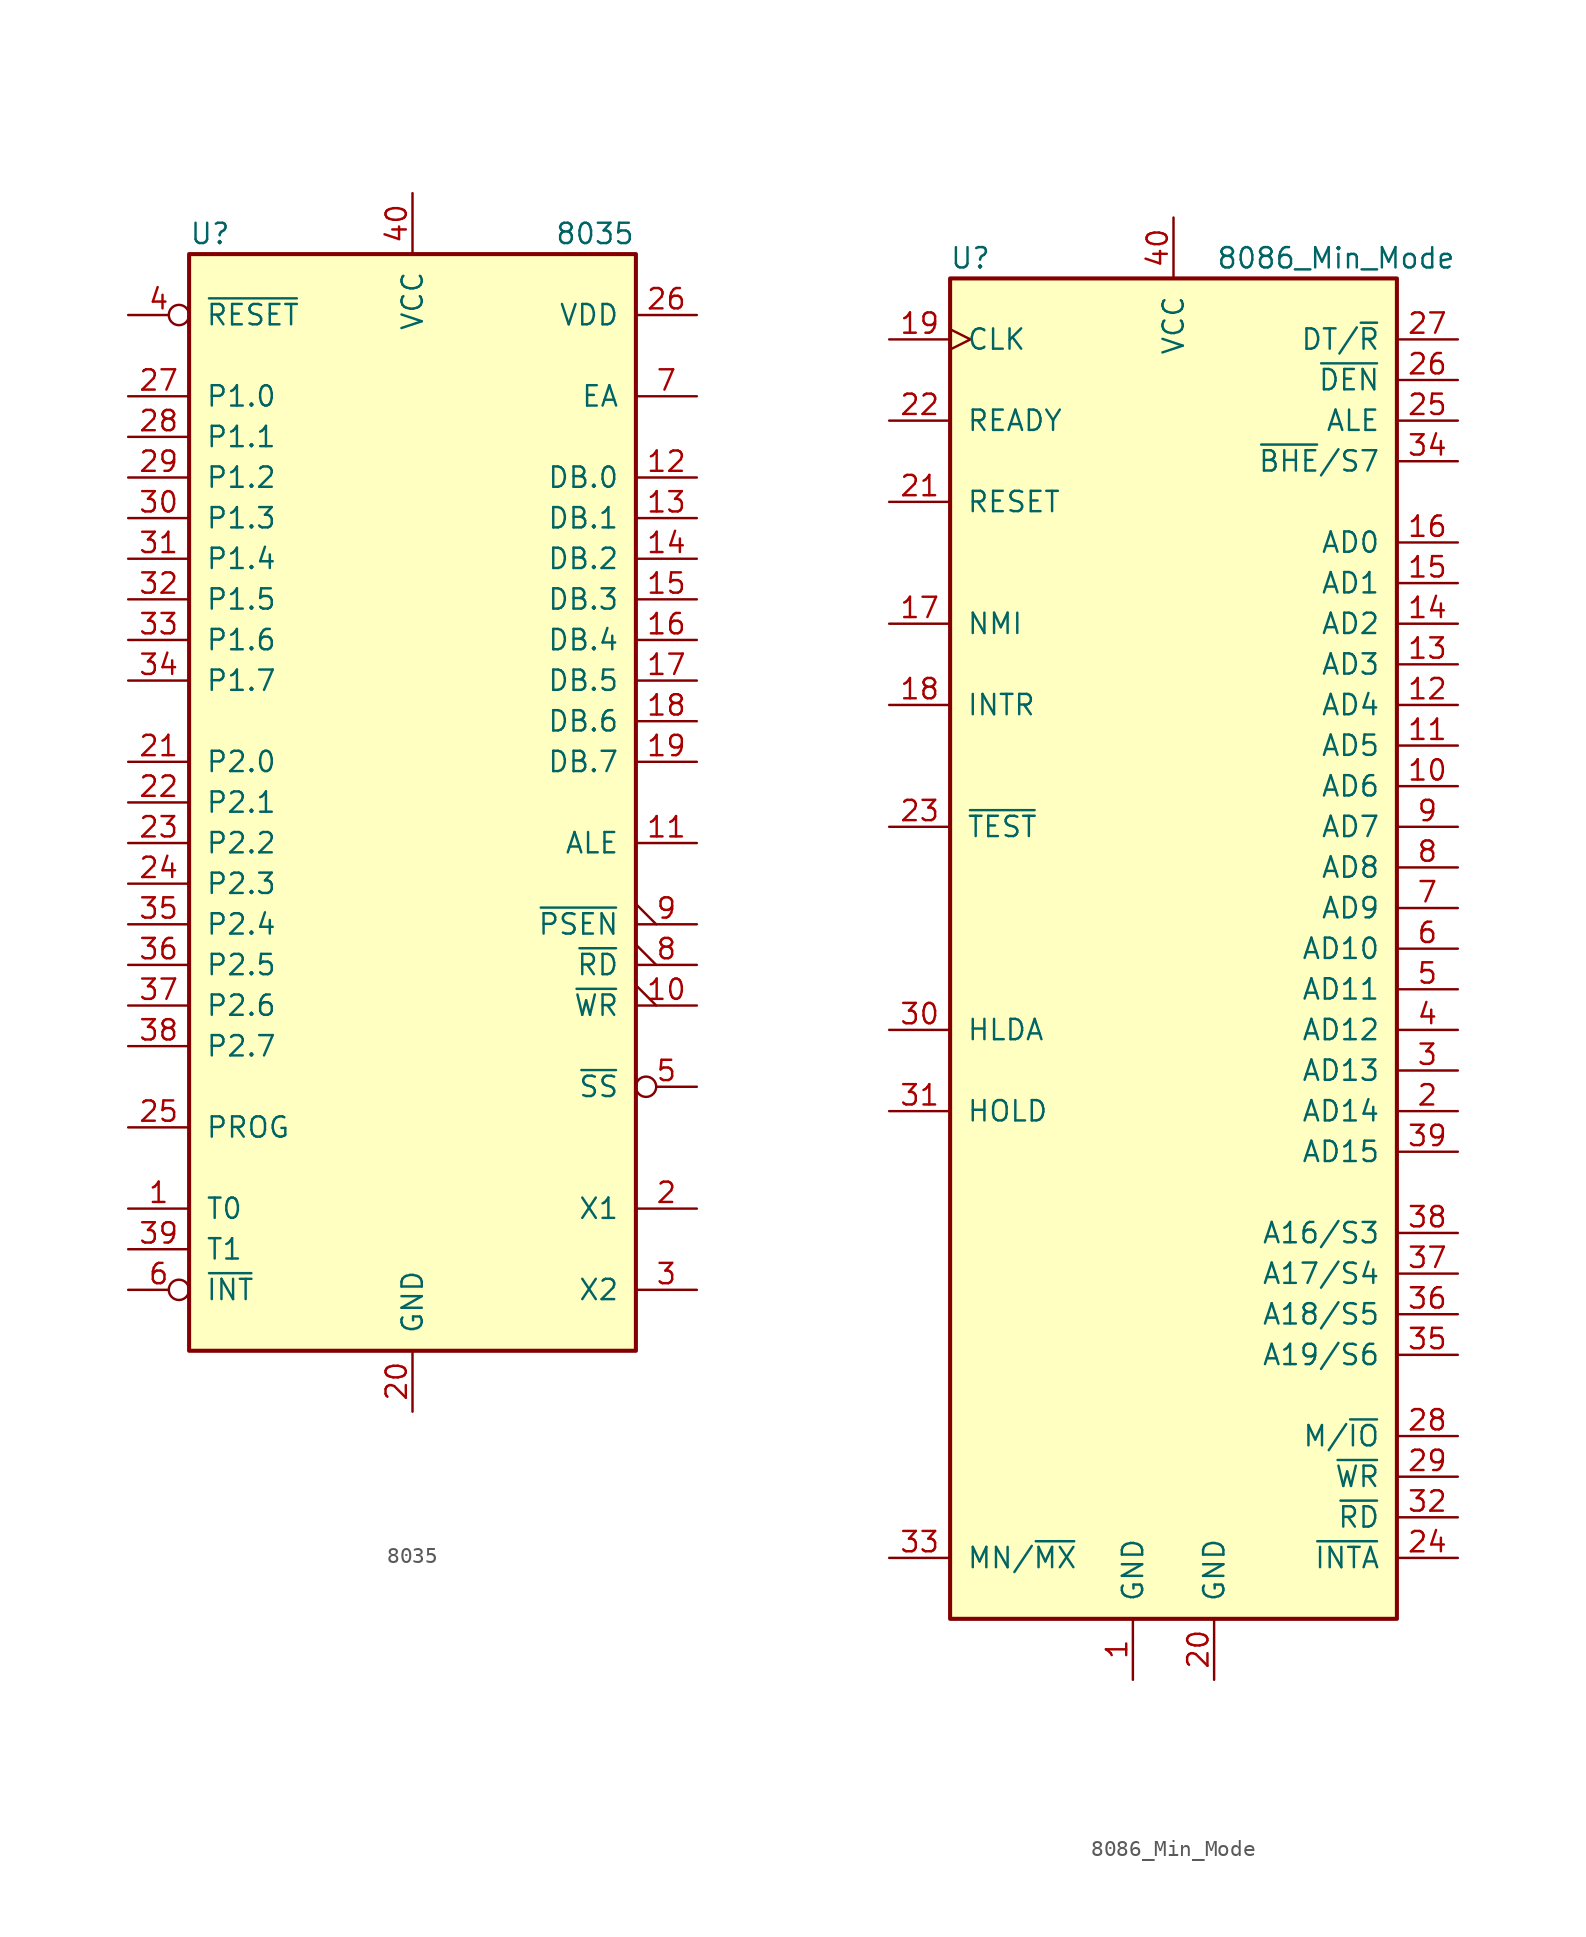
<source format=kicad_sym>
(kicad_symbol_lib
  (version 20201005)
  (generator kicad_symbol_editor)
  (symbol "8035"
    (pin_names
      (offset 1.016))
    (property "Reference" "U"
      (at -13.97 35.56 0)
      (effects (font (size 1.27 1.27)) (justify left)))
    (property "Value" "8035"
      (at 8.89 35.56 0)
      (effects (font (size 1.27 1.27)) (justify left)))
    (symbol "8035_1_1"
      (rectangle (start -13.97 -34.29) (end 13.97 34.29) (stroke (width 0.254)) (fill (type background)))
      (pin input line (at -17.78 -25.4 0) (length 3.81) (name "T0" (effects (font (size 1.27 1.27)))) (number "1" (effects (font (size 1.27 1.27)))))
      (pin output output_low (at 17.78 -12.7 180) (length 3.81) (name "~WR~" (effects (font (size 1.27 1.27)))) (number "10" (effects (font (size 1.27 1.27)))))
      (pin output line (at 17.78 -2.54 180) (length 3.81) (name "ALE" (effects (font (size 1.27 1.27)))) (number "11" (effects (font (size 1.27 1.27)))))
      (pin bidirectional line (at 17.78 20.32 180) (length 3.81) (name "DB.0" (effects (font (size 1.27 1.27)))) (number "12" (effects (font (size 1.27 1.27)))))
      (pin bidirectional line (at 17.78 17.78 180) (length 3.81) (name "DB.1" (effects (font (size 1.27 1.27)))) (number "13" (effects (font (size 1.27 1.27)))))
      (pin bidirectional line (at 17.78 15.24 180) (length 3.81) (name "DB.2" (effects (font (size 1.27 1.27)))) (number "14" (effects (font (size 1.27 1.27)))))
      (pin bidirectional line (at 17.78 12.7 180) (length 3.81) (name "DB.3" (effects (font (size 1.27 1.27)))) (number "15" (effects (font (size 1.27 1.27)))))
      (pin bidirectional line (at 17.78 10.16 180) (length 3.81) (name "DB.4" (effects (font (size 1.27 1.27)))) (number "16" (effects (font (size 1.27 1.27)))))
      (pin bidirectional line (at 17.78 7.62 180) (length 3.81) (name "DB.5" (effects (font (size 1.27 1.27)))) (number "17" (effects (font (size 1.27 1.27)))))
      (pin bidirectional line (at 17.78 5.08 180) (length 3.81) (name "DB.6" (effects (font (size 1.27 1.27)))) (number "18" (effects (font (size 1.27 1.27)))))
      (pin bidirectional line (at 17.78 2.54 180) (length 3.81) (name "DB.7" (effects (font (size 1.27 1.27)))) (number "19" (effects (font (size 1.27 1.27)))))
      (pin input line (at 17.78 -25.4 180) (length 3.81) (name "X1" (effects (font (size 1.27 1.27)))) (number "2" (effects (font (size 1.27 1.27)))))
      (pin power_in line (at 0 -38.1 90) (length 3.81) (name "GND" (effects (font (size 1.27 1.27)))) (number "20" (effects (font (size 1.27 1.27)))))
      (pin bidirectional line (at -17.78 2.54 0) (length 3.81) (name "P2.0" (effects (font (size 1.27 1.27)))) (number "21" (effects (font (size 1.27 1.27)))))
      (pin bidirectional line (at -17.78 0 0) (length 3.81) (name "P2.1" (effects (font (size 1.27 1.27)))) (number "22" (effects (font (size 1.27 1.27)))))
      (pin bidirectional line (at -17.78 -2.54 0) (length 3.81) (name "P2.2" (effects (font (size 1.27 1.27)))) (number "23" (effects (font (size 1.27 1.27)))))
      (pin bidirectional line (at -17.78 -5.08 0) (length 3.81) (name "P2.3" (effects (font (size 1.27 1.27)))) (number "24" (effects (font (size 1.27 1.27)))))
      (pin output line (at -17.78 -20.32 0) (length 3.81) (name "PROG" (effects (font (size 1.27 1.27)))) (number "25" (effects (font (size 1.27 1.27)))))
      (pin power_in line (at 17.78 30.48 180) (length 3.81) (name "VDD" (effects (font (size 1.27 1.27)))) (number "26" (effects (font (size 1.27 1.27)))))
      (pin bidirectional line (at -17.78 25.4 0) (length 3.81) (name "P1.0" (effects (font (size 1.27 1.27)))) (number "27" (effects (font (size 1.27 1.27)))))
      (pin bidirectional line (at -17.78 22.86 0) (length 3.81) (name "P1.1" (effects (font (size 1.27 1.27)))) (number "28" (effects (font (size 1.27 1.27)))))
      (pin bidirectional line (at -17.78 20.32 0) (length 3.81) (name "P1.2" (effects (font (size 1.27 1.27)))) (number "29" (effects (font (size 1.27 1.27)))))
      (pin output line (at 17.78 -30.48 180) (length 3.81) (name "X2" (effects (font (size 1.27 1.27)))) (number "3" (effects (font (size 1.27 1.27)))))
      (pin bidirectional line (at -17.78 17.78 0) (length 3.81) (name "P1.3" (effects (font (size 1.27 1.27)))) (number "30" (effects (font (size 1.27 1.27)))))
      (pin bidirectional line (at -17.78 15.24 0) (length 3.81) (name "P1.4" (effects (font (size 1.27 1.27)))) (number "31" (effects (font (size 1.27 1.27)))))
      (pin bidirectional line (at -17.78 12.7 0) (length 3.81) (name "P1.5" (effects (font (size 1.27 1.27)))) (number "32" (effects (font (size 1.27 1.27)))))
      (pin bidirectional line (at -17.78 10.16 0) (length 3.81) (name "P1.6" (effects (font (size 1.27 1.27)))) (number "33" (effects (font (size 1.27 1.27)))))
      (pin bidirectional line (at -17.78 7.62 0) (length 3.81) (name "P1.7" (effects (font (size 1.27 1.27)))) (number "34" (effects (font (size 1.27 1.27)))))
      (pin bidirectional line (at -17.78 -7.62 0) (length 3.81) (name "P2.4" (effects (font (size 1.27 1.27)))) (number "35" (effects (font (size 1.27 1.27)))))
      (pin bidirectional line (at -17.78 -10.16 0) (length 3.81) (name "P2.5" (effects (font (size 1.27 1.27)))) (number "36" (effects (font (size 1.27 1.27)))))
      (pin bidirectional line (at -17.78 -12.7 0) (length 3.81) (name "P2.6" (effects (font (size 1.27 1.27)))) (number "37" (effects (font (size 1.27 1.27)))))
      (pin bidirectional line (at -17.78 -15.24 0) (length 3.81) (name "P2.7" (effects (font (size 1.27 1.27)))) (number "38" (effects (font (size 1.27 1.27)))))
      (pin input line (at -17.78 -27.94 0) (length 3.81) (name "T1" (effects (font (size 1.27 1.27)))) (number "39" (effects (font (size 1.27 1.27)))))
      (pin input inverted (at -17.78 30.48 0) (length 3.81) (name "~RESET~" (effects (font (size 1.27 1.27)))) (number "4" (effects (font (size 1.27 1.27)))))
      (pin power_in line (at 0 38.1 270) (length 3.81) (name "VCC" (effects (font (size 1.27 1.27)))) (number "40" (effects (font (size 1.27 1.27)))))
      (pin input inverted (at 17.78 -17.78 180) (length 3.81) (name "~SS~" (effects (font (size 1.27 1.27)))) (number "5" (effects (font (size 1.27 1.27)))))
      (pin input inverted (at -17.78 -30.48 0) (length 3.81) (name "~INT~" (effects (font (size 1.27 1.27)))) (number "6" (effects (font (size 1.27 1.27)))))
      (pin input line (at 17.78 25.4 180) (length 3.81) (name "EA" (effects (font (size 1.27 1.27)))) (number "7" (effects (font (size 1.27 1.27)))))
      (pin output output_low (at 17.78 -10.16 180) (length 3.81) (name "~RD~" (effects (font (size 1.27 1.27)))) (number "8" (effects (font (size 1.27 1.27)))))
      (pin output output_low (at 17.78 -7.62 180) (length 3.81) (name "~PSEN~" (effects (font (size 1.27 1.27)))) (number "9" (effects (font (size 1.27 1.27)))))))
  (symbol "8086_Min_Mode"
    (pin_names
      (offset 1.016))
    (property "Reference" "U"
      (at -12.7 43.18 0)
      (effects (font (size 1.27 1.27))))
    (property "Value" "8086_Min_Mode"
      (at 10.16 43.18 0)
      (effects (font (size 1.27 1.27))))
    (symbol "8086_Min_Mode_0_1"
      (rectangle (start 13.97 -41.91) (end -13.97 41.91) (stroke (width 0.254)) (fill (type background))))
    (symbol "8086_Min_Mode_1_1"
      (pin power_in line (at -2.54 -45.72 90) (length 3.81) (name "GND" (effects (font (size 1.27 1.27)))) (number "1" (effects (font (size 1.27 1.27)))))
      (pin bidirectional line (at 17.78 10.16 180) (length 3.81) (name "AD6" (effects (font (size 1.27 1.27)))) (number "10" (effects (font (size 1.27 1.27)))))
      (pin bidirectional line (at 17.78 12.7 180) (length 3.81) (name "AD5" (effects (font (size 1.27 1.27)))) (number "11" (effects (font (size 1.27 1.27)))))
      (pin bidirectional line (at 17.78 15.24 180) (length 3.81) (name "AD4" (effects (font (size 1.27 1.27)))) (number "12" (effects (font (size 1.27 1.27)))))
      (pin bidirectional line (at 17.78 17.78 180) (length 3.81) (name "AD3" (effects (font (size 1.27 1.27)))) (number "13" (effects (font (size 1.27 1.27)))))
      (pin bidirectional line (at 17.78 20.32 180) (length 3.81) (name "AD2" (effects (font (size 1.27 1.27)))) (number "14" (effects (font (size 1.27 1.27)))))
      (pin bidirectional line (at 17.78 22.86 180) (length 3.81) (name "AD1" (effects (font (size 1.27 1.27)))) (number "15" (effects (font (size 1.27 1.27)))))
      (pin bidirectional line (at 17.78 25.4 180) (length 3.81) (name "AD0" (effects (font (size 1.27 1.27)))) (number "16" (effects (font (size 1.27 1.27)))))
      (pin input line (at -17.78 20.32 0) (length 3.81) (name "NMI" (effects (font (size 1.27 1.27)))) (number "17" (effects (font (size 1.27 1.27)))))
      (pin input line (at -17.78 15.24 0) (length 3.81) (name "INTR" (effects (font (size 1.27 1.27)))) (number "18" (effects (font (size 1.27 1.27)))))
      (pin input clock (at -17.78 38.1 0) (length 3.81) (name "CLK" (effects (font (size 1.27 1.27)))) (number "19" (effects (font (size 1.27 1.27)))))
      (pin bidirectional line (at 17.78 -10.16 180) (length 3.81) (name "AD14" (effects (font (size 1.27 1.27)))) (number "2" (effects (font (size 1.27 1.27)))))
      (pin power_in line (at 2.54 -45.72 90) (length 3.81) (name "GND" (effects (font (size 1.27 1.27)))) (number "20" (effects (font (size 1.27 1.27)))))
      (pin input line (at -17.78 27.94 0) (length 3.81) (name "RESET" (effects (font (size 1.27 1.27)))) (number "21" (effects (font (size 1.27 1.27)))))
      (pin input line (at -17.78 33.02 0) (length 3.81) (name "READY" (effects (font (size 1.27 1.27)))) (number "22" (effects (font (size 1.27 1.27)))))
      (pin input line (at -17.78 7.62 0) (length 3.81) (name "~TEST~" (effects (font (size 1.27 1.27)))) (number "23" (effects (font (size 1.27 1.27)))))
      (pin output line (at 17.78 -38.1 180) (length 3.81) (name "~INTA~" (effects (font (size 1.27 1.27)))) (number "24" (effects (font (size 1.27 1.27)))))
      (pin output line (at 17.78 33.02 180) (length 3.81) (name "ALE" (effects (font (size 1.27 1.27)))) (number "25" (effects (font (size 1.27 1.27)))))
      (pin output line (at 17.78 35.56 180) (length 3.81) (name "~DEN~" (effects (font (size 1.27 1.27)))) (number "26" (effects (font (size 1.27 1.27)))))
      (pin output line (at 17.78 38.1 180) (length 3.81) (name "DT/~R~" (effects (font (size 1.27 1.27)))) (number "27" (effects (font (size 1.27 1.27)))))
      (pin output line (at 17.78 -30.48 180) (length 3.81) (name "M/~IO~" (effects (font (size 1.27 1.27)))) (number "28" (effects (font (size 1.27 1.27)))))
      (pin output line (at 17.78 -33.02 180) (length 3.81) (name "~WR~" (effects (font (size 1.27 1.27)))) (number "29" (effects (font (size 1.27 1.27)))))
      (pin bidirectional line (at 17.78 -7.62 180) (length 3.81) (name "AD13" (effects (font (size 1.27 1.27)))) (number "3" (effects (font (size 1.27 1.27)))))
      (pin output line (at -17.78 -5.08 0) (length 3.81) (name "HLDA" (effects (font (size 1.27 1.27)))) (number "30" (effects (font (size 1.27 1.27)))))
      (pin input line (at -17.78 -10.16 0) (length 3.81) (name "HOLD" (effects (font (size 1.27 1.27)))) (number "31" (effects (font (size 1.27 1.27)))))
      (pin output line (at 17.78 -35.56 180) (length 3.81) (name "~RD~" (effects (font (size 1.27 1.27)))) (number "32" (effects (font (size 1.27 1.27)))))
      (pin input line (at -17.78 -38.1 0) (length 3.81) (name "MN/~MX~" (effects (font (size 1.27 1.27)))) (number "33" (effects (font (size 1.27 1.27)))))
      (pin output line (at 17.78 30.48 180) (length 3.81) (name "~BHE~/S7" (effects (font (size 1.27 1.27)))) (number "34" (effects (font (size 1.27 1.27)))))
      (pin output line (at 17.78 -25.4 180) (length 3.81) (name "A19/S6" (effects (font (size 1.27 1.27)))) (number "35" (effects (font (size 1.27 1.27)))))
      (pin output line (at 17.78 -22.86 180) (length 3.81) (name "A18/S5" (effects (font (size 1.27 1.27)))) (number "36" (effects (font (size 1.27 1.27)))))
      (pin output line (at 17.78 -20.32 180) (length 3.81) (name "A17/S4" (effects (font (size 1.27 1.27)))) (number "37" (effects (font (size 1.27 1.27)))))
      (pin output line (at 17.78 -17.78 180) (length 3.81) (name "A16/S3" (effects (font (size 1.27 1.27)))) (number "38" (effects (font (size 1.27 1.27)))))
      (pin bidirectional line (at 17.78 -12.7 180) (length 3.81) (name "AD15" (effects (font (size 1.27 1.27)))) (number "39" (effects (font (size 1.27 1.27)))))
      (pin bidirectional line (at 17.78 -5.08 180) (length 3.81) (name "AD12" (effects (font (size 1.27 1.27)))) (number "4" (effects (font (size 1.27 1.27)))))
      (pin power_in line (at 0 45.72 270) (length 3.81) (name "VCC" (effects (font (size 1.27 1.27)))) (number "40" (effects (font (size 1.27 1.27)))))
      (pin bidirectional line (at 17.78 -2.54 180) (length 3.81) (name "AD11" (effects (font (size 1.27 1.27)))) (number "5" (effects (font (size 1.27 1.27)))))
      (pin bidirectional line (at 17.78 0 180) (length 3.81) (name "AD10" (effects (font (size 1.27 1.27)))) (number "6" (effects (font (size 1.27 1.27)))))
      (pin bidirectional line (at 17.78 2.54 180) (length 3.81) (name "AD9" (effects (font (size 1.27 1.27)))) (number "7" (effects (font (size 1.27 1.27)))))
      (pin bidirectional line (at 17.78 5.08 180) (length 3.81) (name "AD8" (effects (font (size 1.27 1.27)))) (number "8" (effects (font (size 1.27 1.27)))))
      (pin bidirectional line (at 17.78 7.62 180) (length 3.81) (name "AD7" (effects (font (size 1.27 1.27)))) (number "9" (effects (font (size 1.27 1.27))))))))
</source>
